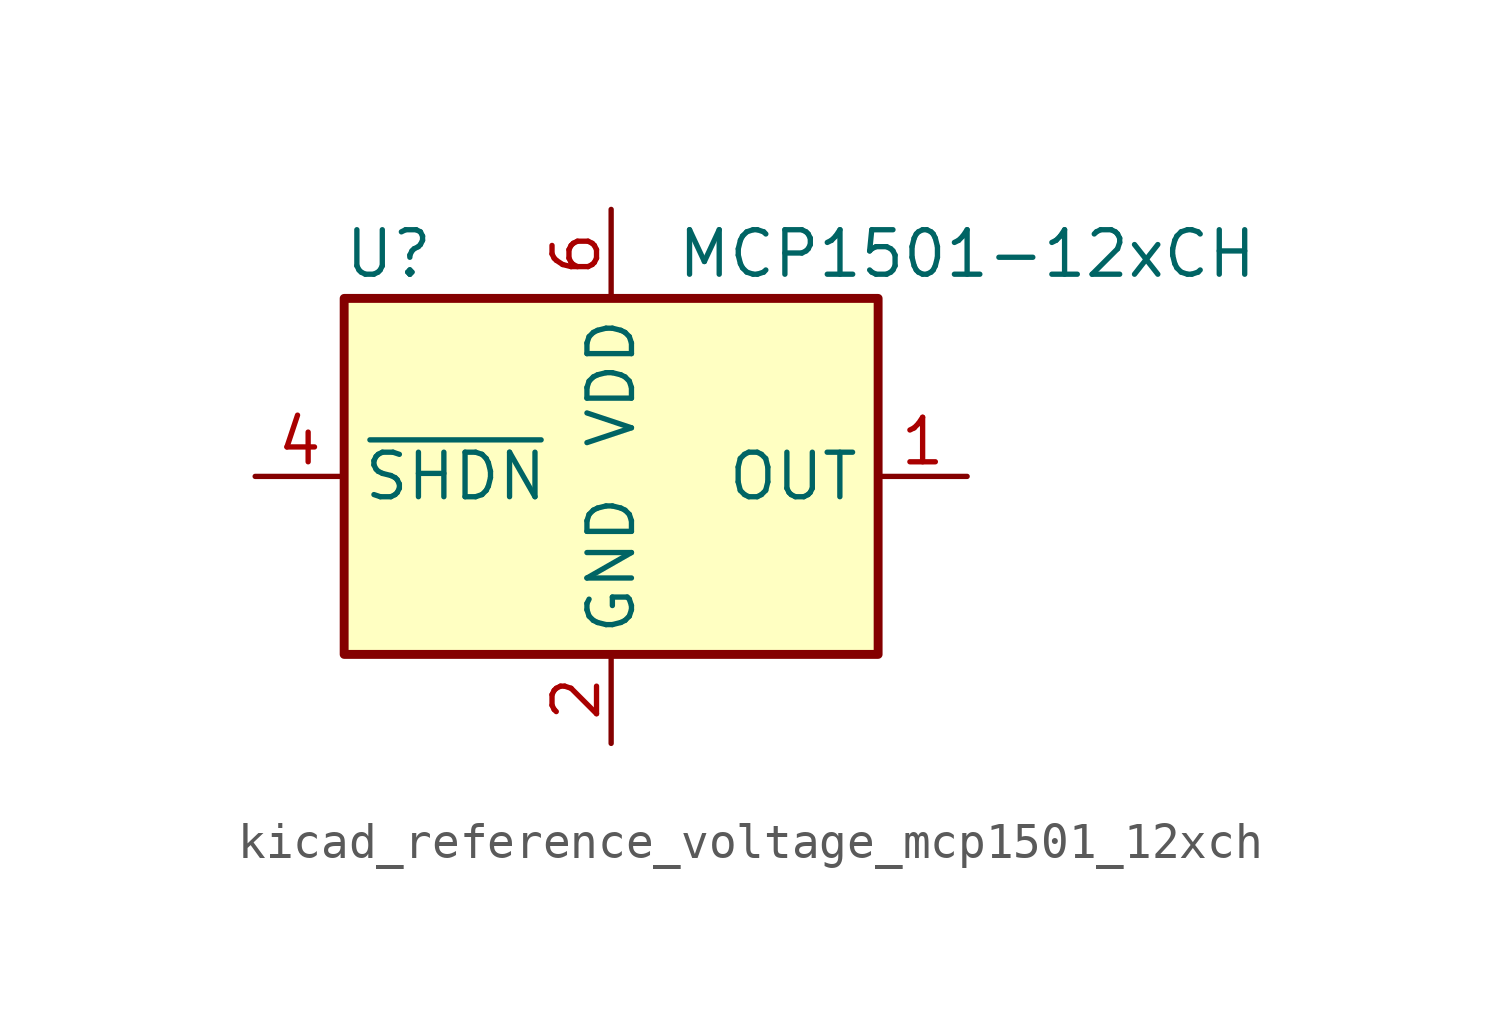
<source format=kicad_sym>
(kicad_symbol_lib
  (version 20220914)
  (generator kicad_symbol_editor)
  (symbol "kicad_reference_voltage_mcp1501_12xch"
    (property "Reference" "U"
      (at -6.35 6.35 0)
      (effects (font (size 1.27 1.27))))
    (property "Value" "MCP1501-12xCH"
      (at 10.16 6.35 0)
      (effects (font (size 1.27 1.27))))
    (symbol "kicad_reference_voltage_mcp1501_12xch_0_0"
      (pin power_out line (at 10.16 0 180) (length 2.54) (name "OUT" (effects (font (size 1.27 1.27)))) (number "1" (effects (font (size 1.27 1.27)))))
      (pin power_in line (at 0 -7.62 90) (length 2.54) (name "GND" (effects (font (size 1.27 1.27)))) (number "2" (effects (font (size 1.27 1.27)))))
      (pin passive line (at 0 -7.62 90) (length 2.54) hide (name "GND" (effects (font (size 1.27 1.27)))) (number "3" (effects (font (size 1.27 1.27)))))
      (pin input line (at -10.16 0 0) (length 2.54) (name "~{SHDN}" (effects (font (size 1.27 1.27)))) (number "4" (effects (font (size 1.27 1.27)))))
      (pin passive line (at 0 -7.62 90) (length 2.54) hide (name "GND" (effects (font (size 1.27 1.27)))) (number "5" (effects (font (size 1.27 1.27)))))
      (pin power_in line (at 0 7.62 270) (length 2.54) (name "VDD" (effects (font (size 1.27 1.27)))) (number "6" (effects (font (size 1.27 1.27))))))
    (symbol "kicad_reference_voltage_mcp1501_12xch_0_1"
      (rectangle (start -7.62 5.08) (end 7.62 -5.08) (stroke (width 0.254) (type default)) (fill (type background))))))
</source>
